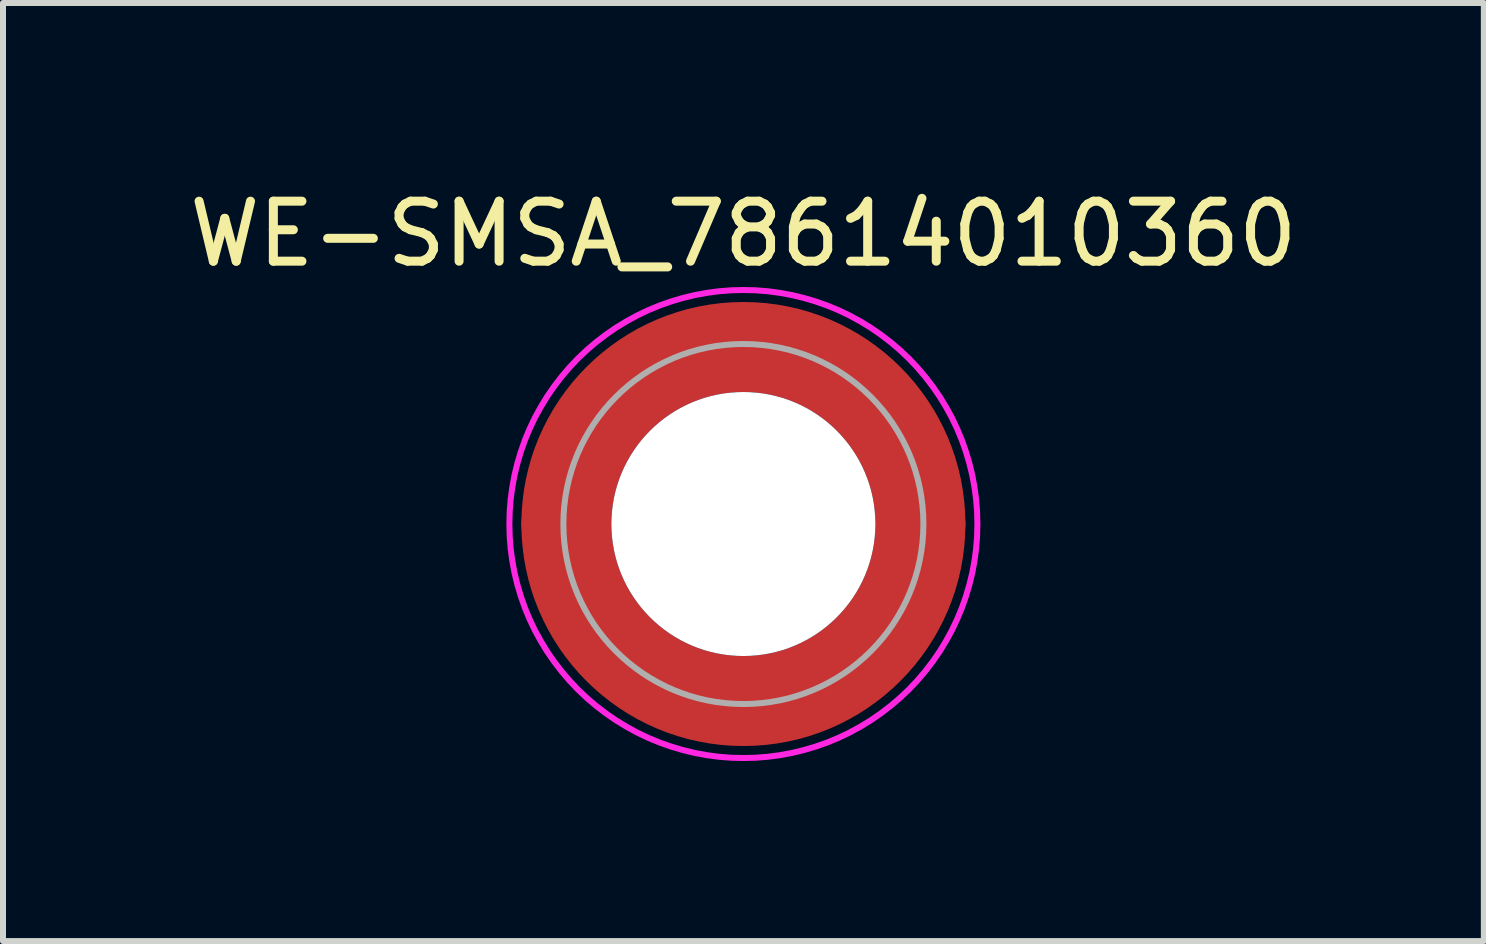
<source format=kicad_pcb>
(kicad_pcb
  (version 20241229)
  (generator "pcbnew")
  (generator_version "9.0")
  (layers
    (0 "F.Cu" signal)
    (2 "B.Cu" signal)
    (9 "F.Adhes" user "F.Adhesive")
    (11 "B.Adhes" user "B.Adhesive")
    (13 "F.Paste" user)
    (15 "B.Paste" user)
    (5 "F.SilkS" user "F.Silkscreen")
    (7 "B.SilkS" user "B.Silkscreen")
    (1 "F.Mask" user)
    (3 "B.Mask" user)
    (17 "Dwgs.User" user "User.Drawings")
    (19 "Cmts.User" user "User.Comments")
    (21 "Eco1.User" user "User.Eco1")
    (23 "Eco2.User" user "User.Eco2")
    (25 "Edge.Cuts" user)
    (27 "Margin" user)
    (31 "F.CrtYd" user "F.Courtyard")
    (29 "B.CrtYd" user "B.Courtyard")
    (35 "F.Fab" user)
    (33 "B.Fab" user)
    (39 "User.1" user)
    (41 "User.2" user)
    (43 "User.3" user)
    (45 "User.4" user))
  (footprint "WE-SMSA_78614010360"
    (layer "F.Cu")
    (at 9.339 5.683)
    (property "Reference" "WE-SMSA_78614010360" (at 0 -4.835 0) (layer "F.SilkS") (effects (font (size 1 1) (thickness 0.15))))
    (attr smd)
    (fp_arc (start -2.95 0) (mid 0 -2.95) (end 2.95 0) (stroke (width 1.5) (type solid)) (layer "F.Cu"))
    (fp_arc (start 2.95 0) (mid 0 2.95) (end -2.95 0) (stroke (width 1.5) (type solid)) (layer "F.Cu"))
    (fp_circle (center 0 0) (end 3 0) (stroke (width 1.6) (type solid)) (fill no) (layer "F.Mask"))
    (fp_poly (pts (xy -3.615 0.4) (xy -2.205 0.4) (xy -2.19 0.475) (xy -2.165 0.58) (xy -2.13 0.7) (xy -2.1 0.78) (xy -2.07 0.86) (xy -2.025 0.96) (xy -1.975 1.06) (xy -1.92 1.155) (xy -1.86 1.25) (xy -1.815 1.315) (xy -1.75 1.4) (xy -1.695 1.465) (xy -1.605 1.565) (xy -1.52 1.645) (xy -1.465 1.695) (xy -1.405 1.745) (xy -1.32 1.81) (xy -1.235 1.87) (xy -1.13 1.935) (xy -1.05 1.98) (xy -0.95 2.03) (xy -0.81 2.09) (xy -0.695 2.13) (xy -0.58 2.165) (xy -0.475 2.19) (xy -0.4 2.205) (xy -0.4 3.615) (xy -0.43 3.61) (xy -0.505 3.6) (xy -0.605 3.585) (xy -0.715 3.565) (xy -0.83 3.54) (xy -0.93 3.515) (xy -1.04 3.485) (xy -1.135 3.455) (xy -1.205 3.43) (xy -1.3 3.395) (xy -1.365 3.37) (xy -1.46 3.33) (xy -1.55 3.29) (xy -1.65 3.24) (xy -1.77 3.175) (xy -1.885 3.11) (xy -1.985 3.045) (xy -2.075 2.985) (xy -2.165 2.92) (xy -2.23 2.87) (xy -2.295 2.82) (xy -2.365 2.76) (xy -2.44 2.695) (xy -2.515 2.625) (xy -2.6 2.54) (xy -2.645 2.495) (xy -2.69 2.445) (xy -2.76 2.365) (xy -2.82 2.295) (xy -2.875 2.225) (xy -2.935 2.145) (xy -2.995 2.06) (xy -3.085 1.925) (xy -3.18 1.765) (xy -3.27 1.59) (xy -3.34 1.44) (xy -3.4 1.29) (xy -3.455 1.135) (xy -3.505 0.97) (xy -3.55 0.795) (xy -3.575 0.665) (xy -3.6 0.52)) (stroke (width 0.01) (type solid)) (fill yes) (layer "F.Paste"))
    (fp_poly (pts (xy -0.4 -3.615) (xy -0.4 -2.205) (xy -0.475 -2.19) (xy -0.58 -2.165) (xy -0.7 -2.13) (xy -0.78 -2.1) (xy -0.86 -2.07) (xy -0.96 -2.025) (xy -1.06 -1.975) (xy -1.155 -1.92) (xy -1.25 -1.86) (xy -1.315 -1.815) (xy -1.4 -1.75) (xy -1.465 -1.695) (xy -1.565 -1.605) (xy -1.645 -1.52) (xy -1.695 -1.465) (xy -1.745 -1.405) (xy -1.81 -1.32) (xy -1.87 -1.235) (xy -1.935 -1.13) (xy -1.98 -1.05) (xy -2.03 -0.95) (xy -2.09 -0.81) (xy -2.13 -0.695) (xy -2.165 -0.58) (xy -2.19 -0.475) (xy -2.205 -0.4) (xy -3.615 -0.4) (xy -3.61 -0.43) (xy -3.6 -0.505) (xy -3.585 -0.605) (xy -3.565 -0.715) (xy -3.54 -0.83) (xy -3.515 -0.93) (xy -3.485 -1.04) (xy -3.455 -1.135) (xy -3.43 -1.205) (xy -3.395 -1.3) (xy -3.37 -1.365) (xy -3.33 -1.46) (xy -3.29 -1.55) (xy -3.24 -1.65) (xy -3.175 -1.77) (xy -3.11 -1.885) (xy -3.045 -1.985) (xy -2.985 -2.075) (xy -2.92 -2.165) (xy -2.87 -2.23) (xy -2.82 -2.295) (xy -2.76 -2.365) (xy -2.695 -2.44) (xy -2.625 -2.515) (xy -2.54 -2.6) (xy -2.495 -2.645) (xy -2.445 -2.69) (xy -2.365 -2.76) (xy -2.295 -2.82) (xy -2.225 -2.875) (xy -2.145 -2.935) (xy -2.06 -2.995) (xy -1.925 -3.085) (xy -1.765 -3.18) (xy -1.59 -3.27) (xy -1.44 -3.34) (xy -1.29 -3.4) (xy -1.135 -3.455) (xy -0.97 -3.505) (xy -0.795 -3.55) (xy -0.665 -3.575) (xy -0.52 -3.6)) (stroke (width 0.01) (type solid)) (fill yes) (layer "F.Paste"))
    (fp_poly (pts (xy 0.4 3.615) (xy 0.4 2.205) (xy 0.475 2.19) (xy 0.58 2.165) (xy 0.7 2.13) (xy 0.78 2.1) (xy 0.86 2.07) (xy 0.96 2.025) (xy 1.06 1.975) (xy 1.155 1.92) (xy 1.25 1.86) (xy 1.315 1.815) (xy 1.4 1.75) (xy 1.465 1.695) (xy 1.565 1.605) (xy 1.645 1.52) (xy 1.695 1.465) (xy 1.745 1.405) (xy 1.81 1.32) (xy 1.87 1.235) (xy 1.935 1.13) (xy 1.98 1.05) (xy 2.03 0.95) (xy 2.09 0.81) (xy 2.13 0.695) (xy 2.165 0.58) (xy 2.19 0.475) (xy 2.205 0.4) (xy 3.615 0.4) (xy 3.61 0.43) (xy 3.6 0.505) (xy 3.585 0.605) (xy 3.565 0.715) (xy 3.54 0.83) (xy 3.515 0.93) (xy 3.485 1.04) (xy 3.455 1.135) (xy 3.43 1.205) (xy 3.395 1.3) (xy 3.37 1.365) (xy 3.33 1.46) (xy 3.29 1.55) (xy 3.24 1.65) (xy 3.175 1.77) (xy 3.11 1.885) (xy 3.045 1.985) (xy 2.985 2.075) (xy 2.92 2.165) (xy 2.87 2.23) (xy 2.82 2.295) (xy 2.76 2.365) (xy 2.695 2.44) (xy 2.625 2.515) (xy 2.54 2.6) (xy 2.495 2.645) (xy 2.445 2.69) (xy 2.365 2.76) (xy 2.295 2.82) (xy 2.225 2.875) (xy 2.145 2.935) (xy 2.06 2.995) (xy 1.925 3.085) (xy 1.765 3.18) (xy 1.59 3.27) (xy 1.44 3.34) (xy 1.29 3.4) (xy 1.135 3.455) (xy 0.97 3.505) (xy 0.795 3.55) (xy 0.665 3.575) (xy 0.52 3.6)) (stroke (width 0.01) (type solid)) (fill yes) (layer "F.Paste"))
    (fp_poly (pts (xy 3.615 -0.4) (xy 2.205 -0.4) (xy 2.19 -0.475) (xy 2.165 -0.58) (xy 2.13 -0.7) (xy 2.1 -0.78) (xy 2.07 -0.86) (xy 2.025 -0.96) (xy 1.975 -1.06) (xy 1.92 -1.155) (xy 1.86 -1.25) (xy 1.815 -1.315) (xy 1.75 -1.4) (xy 1.695 -1.465) (xy 1.605 -1.565) (xy 1.52 -1.645) (xy 1.465 -1.695) (xy 1.405 -1.745) (xy 1.32 -1.81) (xy 1.235 -1.87) (xy 1.13 -1.935) (xy 1.05 -1.98) (xy 0.95 -2.03) (xy 0.81 -2.09) (xy 0.695 -2.13) (xy 0.58 -2.165) (xy 0.475 -2.19) (xy 0.4 -2.205) (xy 0.4 -3.615) (xy 0.43 -3.61) (xy 0.505 -3.6) (xy 0.605 -3.585) (xy 0.715 -3.565) (xy 0.83 -3.54) (xy 0.93 -3.515) (xy 1.04 -3.485) (xy 1.135 -3.455) (xy 1.205 -3.43) (xy 1.3 -3.395) (xy 1.365 -3.37) (xy 1.46 -3.33) (xy 1.55 -3.29) (xy 1.65 -3.24) (xy 1.77 -3.175) (xy 1.885 -3.11) (xy 1.985 -3.045) (xy 2.075 -2.985) (xy 2.165 -2.92) (xy 2.23 -2.87) (xy 2.295 -2.82) (xy 2.365 -2.76) (xy 2.44 -2.695) (xy 2.515 -2.625) (xy 2.6 -2.54) (xy 2.645 -2.495) (xy 2.69 -2.445) (xy 2.76 -2.365) (xy 2.82 -2.295) (xy 2.875 -2.225) (xy 2.935 -2.145) (xy 2.995 -2.06) (xy 3.085 -1.925) (xy 3.18 -1.765) (xy 3.27 -1.59) (xy 3.34 -1.44) (xy 3.4 -1.29) (xy 3.455 -1.135) (xy 3.505 -0.97) (xy 3.55 -0.795) (xy 3.575 -0.665) (xy 3.6 -0.52)) (stroke (width 0.01) (type solid)) (fill yes) (layer "F.Paste"))
    (fp_poly (pts (xy -3.9 0) (xy -3.895 -0.204) (xy -3.879 -0.408) (xy -3.852 -0.61) (xy -3.815 -0.811) (xy -3.767 -1.009) (xy -3.709 -1.205) (xy -3.641 -1.398) (xy -3.563 -1.586) (xy -3.475 -1.771) (xy -3.377 -1.95) (xy -3.271 -2.124) (xy -3.155 -2.292) (xy -3.031 -2.454) (xy -2.898 -2.61) (xy -2.758 -2.758) (xy -2.61 -2.898) (xy -2.454 -3.031) (xy -2.292 -3.155) (xy -2.124 -3.271) (xy -1.95 -3.377) (xy -1.771 -3.475) (xy -1.586 -3.563) (xy -1.398 -3.641) (xy -1.205 -3.709) (xy -1.009 -3.767) (xy -0.811 -3.815) (xy -0.61 -3.852) (xy -0.408 -3.879) (xy -0.204 -3.895) (xy 0 -3.9) (xy 0.204 -3.895) (xy 0.408 -3.879) (xy 0.61 -3.852) (xy 0.811 -3.815) (xy 1.009 -3.767) (xy 1.205 -3.709) (xy 1.398 -3.641) (xy 1.586 -3.563) (xy 1.771 -3.475) (xy 1.95 -3.377) (xy 2.124 -3.271) (xy 2.292 -3.155) (xy 2.454 -3.031) (xy 2.61 -2.898) (xy 2.758 -2.758) (xy 2.898 -2.61) (xy 3.031 -2.454) (xy 3.155 -2.292) (xy 3.271 -2.124) (xy 3.377 -1.95) (xy 3.475 -1.771) (xy 3.563 -1.586) (xy 3.641 -1.398) (xy 3.709 -1.205) (xy 3.767 -1.009) (xy 3.815 -0.811) (xy 3.852 -0.61) (xy 3.879 -0.408) (xy 3.895 -0.204) (xy 3.9 0) (xy 3.895 0.204) (xy 3.879 0.408) (xy 3.852 0.61) (xy 3.815 0.811) (xy 3.767 1.009) (xy 3.709 1.205) (xy 3.641 1.398) (xy 3.563 1.586) (xy 3.475 1.771) (xy 3.377 1.95) (xy 3.271 2.124) (xy 3.155 2.292) (xy 3.031 2.454) (xy 2.898 2.61) (xy 2.758 2.758) (xy 2.61 2.898) (xy 2.454 3.031) (xy 2.292 3.155) (xy 2.124 3.271) (xy 1.95 3.377) (xy 1.771 3.475) (xy 1.586 3.563) (xy 1.398 3.641) (xy 1.205 3.709) (xy 1.009 3.767) (xy 0.811 3.815) (xy 0.61 3.852) (xy 0.408 3.879) (xy 0.204 3.895) (xy 0 3.9) (xy -0.204 3.895) (xy -0.408 3.879) (xy -0.61 3.852) (xy -0.811 3.815) (xy -1.009 3.767) (xy -1.205 3.709) (xy -1.398 3.641) (xy -1.586 3.563) (xy -1.771 3.475) (xy -1.95 3.377) (xy -2.124 3.271) (xy -2.292 3.155) (xy -2.454 3.031) (xy -2.61 2.898) (xy -2.758 2.758) (xy -2.898 2.61) (xy -3.031 2.454) (xy -3.155 2.292) (xy -3.271 2.124) (xy -3.377 1.95) (xy -3.475 1.771) (xy -3.563 1.586) (xy -3.641 1.398) (xy -3.709 1.205) (xy -3.767 1.009) (xy -3.815 0.811) (xy -3.852 0.61) (xy -3.879 0.408) (xy -3.895 0.204) (xy -3.9 0)) (stroke (width 0.1) (type solid)) (fill no) (layer "F.CrtYd"))
    (fp_circle (center 0 0) (end 3 0) (stroke (width 0.1) (type solid)) (fill no) (layer "F.Fab"))
    (pad "" np_thru_hole circle (at 0 0) (size 4.4 4.4) (drill 4.4) (layers "*.Cu" "*.Mask"))
    (pad "1" smd circle (at 2.95 0) (size 1 1) (layers "F.Cu"))
    (pad "2" smd circle (at 0 -2.95) (size 1 1) (layers "F.Cu"))
    (pad "3" smd circle (at -2.95 0) (size 1 1) (layers "F.Cu"))
    (pad "4" smd circle (at 0 2.95) (size 1 1) (layers "F.Cu")))
  (gr_rect
    (start -3 -3)
    (end 21.679 12.633)
    (stroke (width 0.1) (type default))
    (fill no)
    (layer "Edge.Cuts")))
</source>
